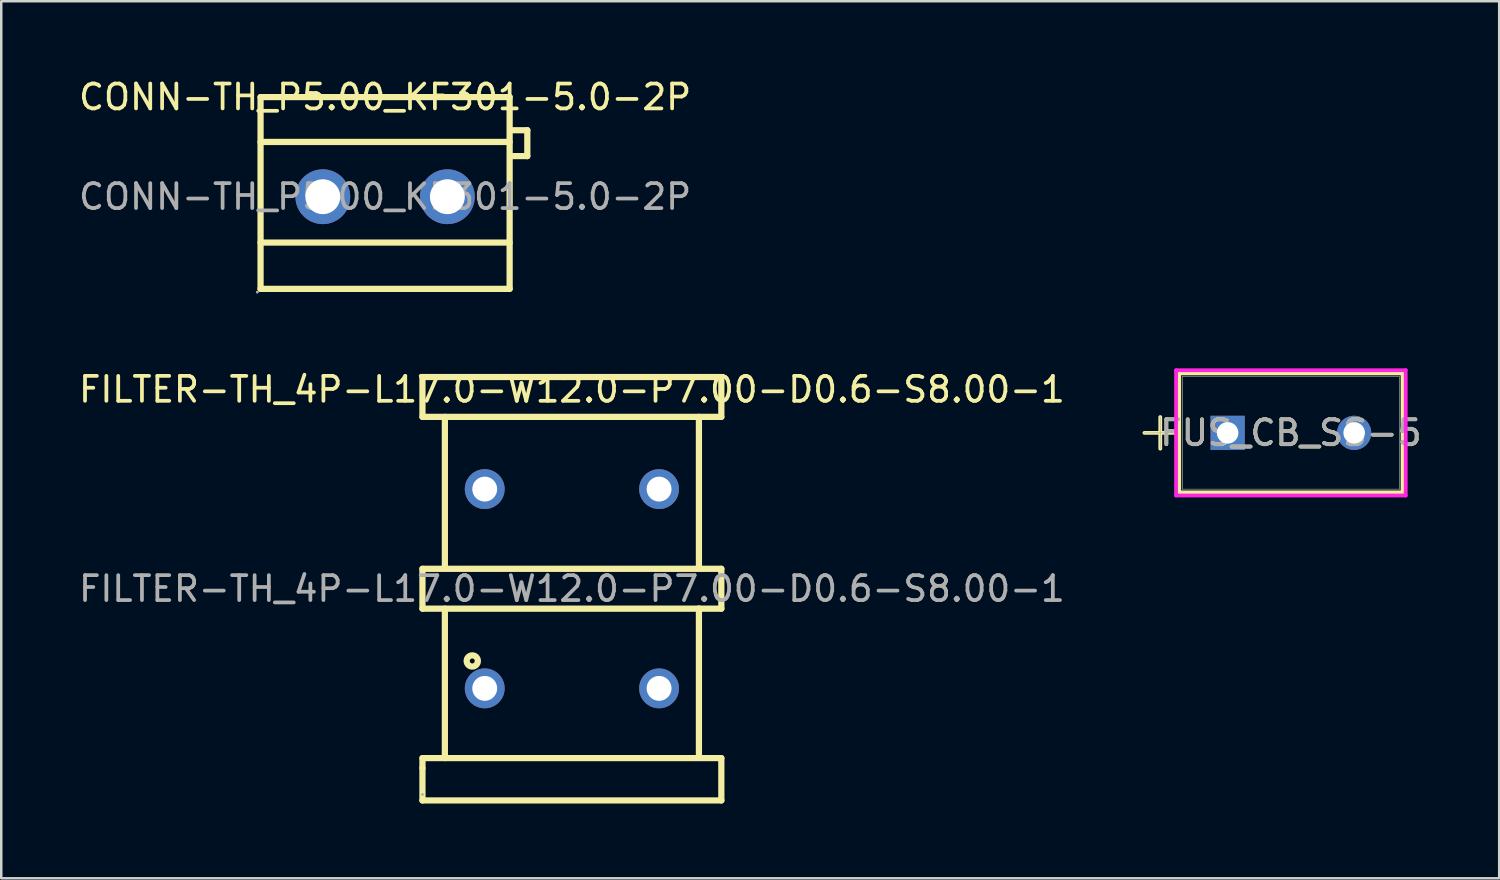
<source format=kicad_pcb>
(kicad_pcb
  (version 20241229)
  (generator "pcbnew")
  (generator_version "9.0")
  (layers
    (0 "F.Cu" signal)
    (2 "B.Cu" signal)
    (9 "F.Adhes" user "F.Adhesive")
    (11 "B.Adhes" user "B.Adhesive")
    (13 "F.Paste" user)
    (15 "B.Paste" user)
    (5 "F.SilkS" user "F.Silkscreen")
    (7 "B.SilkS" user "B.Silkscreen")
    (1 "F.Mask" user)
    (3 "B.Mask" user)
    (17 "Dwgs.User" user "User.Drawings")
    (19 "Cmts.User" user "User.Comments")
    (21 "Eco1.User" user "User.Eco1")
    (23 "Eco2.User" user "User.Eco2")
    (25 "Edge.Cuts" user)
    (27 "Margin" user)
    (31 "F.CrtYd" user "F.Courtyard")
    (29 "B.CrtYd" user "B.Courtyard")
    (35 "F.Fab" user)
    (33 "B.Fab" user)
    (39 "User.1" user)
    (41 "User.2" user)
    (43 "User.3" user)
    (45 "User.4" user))
  (footprint "FILTER-TH_4P-L17.0-W12.0-P7.00-D0.6-S8.00-1"
    (layer "F.Cu")
    (at 19.911 20.587)
    (property "Reference" "FILTER-TH_4P-L17.0-W12.0-P7.00-D0.6-S8.00-1" (at 0 -8 0) (layer "F.SilkS") (effects (font (size 1 1) (thickness 0.15))))
    (attr through_hole)
    (fp_line (start -6 -8.5) (end -6 -6.9) (stroke (width 0.25) (type solid)) (layer "F.SilkS"))
    (fp_line (start -6 -8.5) (end 6 -8.5) (stroke (width 0.25) (type solid)) (layer "F.SilkS"))
    (fp_line (start -6 -6.9) (end 6 -6.9) (stroke (width 0.25) (type solid)) (layer "F.SilkS"))
    (fp_line (start -6 -0.8) (end 6 -0.8) (stroke (width 0.25) (type solid)) (layer "F.SilkS"))
    (fp_line (start -6 0.8) (end -6 -0.8) (stroke (width 0.25) (type solid)) (layer "F.SilkS"))
    (fp_line (start -6 6.8) (end 6 6.8) (stroke (width 0.25) (type solid)) (layer "F.SilkS"))
    (fp_line (start -6 7.2) (end -6 6.8) (stroke (width 0.25) (type solid)) (layer "F.SilkS"))
    (fp_line (start -6 7.2) (end -6 8.5) (stroke (width 0.25) (type solid)) (layer "F.SilkS"))
    (fp_line (start -5.1 -6.9) (end -5.1 -0.9) (stroke (width 0.25) (type solid)) (layer "F.SilkS"))
    (fp_line (start -5.1 0.8) (end -5.1 6.8) (stroke (width 0.25) (type solid)) (layer "F.SilkS"))
    (fp_line (start 5.1 -6.9) (end 5.1 -0.9) (stroke (width 0.25) (type solid)) (layer "F.SilkS"))
    (fp_line (start 5.1 0.79) (end 5.1 6.79) (stroke (width 0.25) (type solid)) (layer "F.SilkS"))
    (fp_line (start 6 -6.9) (end 6 -8.4) (stroke (width 0.25) (type solid)) (layer "F.SilkS"))
    (fp_line (start 6 -0.8) (end 6 0.8) (stroke (width 0.25) (type solid)) (layer "F.SilkS"))
    (fp_line (start 6 0.8) (end -6 0.8) (stroke (width 0.25) (type solid)) (layer "F.SilkS"))
    (fp_line (start 6 6.8) (end 6 8.5) (stroke (width 0.25) (type solid)) (layer "F.SilkS"))
    (fp_line (start 6 8.5) (end -6 8.5) (stroke (width 0.25) (type solid)) (layer "F.SilkS"))
    (fp_circle (center -4 2.9) (end -3.9 2.9) (stroke (width 0.25) (type solid)) (fill no) (layer "F.SilkS"))
    (fp_circle (center -6 8.26) (end -5.97 8.26) (stroke (width 0.06) (type solid)) (fill no) (layer "F.Fab"))
    (fp_circle (center -3.5 -4) (end -3.35 -4) (stroke (width 0.3) (type solid)) (fill no) (layer "F.Fab"))
    (fp_circle (center -3.5 4) (end -3.35 4) (stroke (width 0.3) (type solid)) (fill no) (layer "F.Fab"))
    (fp_circle (center 3.5 -4) (end 3.65 -4) (stroke (width 0.3) (type solid)) (fill no) (layer "F.Fab"))
    (fp_circle (center 3.5 4) (end 3.65 4) (stroke (width 0.3) (type solid)) (fill no) (layer "F.Fab"))
    (fp_text user "${REFERENCE}" (at 0 0 0) (layer "F.Fab") (effects (font (size 1 1) (thickness 0.15))))
    (pad "1" thru_hole circle (at -3.5 4) (size 1.6 1.6) (drill 1) (layers "*.Cu" "*.Mask"))
    (pad "2" thru_hole circle (at -3.5 -4) (size 1.6 1.6) (drill 1) (layers "*.Cu" "*.Mask"))
    (pad "3" thru_hole circle (at 3.5 -4) (size 1.6 1.6) (drill 1) (layers "*.Cu" "*.Mask"))
    (pad "4" thru_hole circle (at 3.5 4) (size 1.6 1.6) (drill 1) (layers "*.Cu" "*.Mask")))
  (footprint "FUS_CB_SS-5"
    (layer "F.Cu")
    (at 46.238 14.329)
    (property "Reference" "FUS_CB_SS-5" (at 2.54 0 0) (unlocked yes) (layer "F.SilkS") (effects (font (size 1 1) (thickness 0.15))))
    (attr through_hole)
    (fp_line (start -3.34 0) (end -2.07 0) (stroke (width 0.152) (type solid)) (layer "F.SilkS"))
    (fp_line (start -2.705 -0.635) (end -2.705 0.635) (stroke (width 0.152) (type solid)) (layer "F.SilkS"))
    (fp_line (start -1.943 -2.388) (end -1.943 2.388) (stroke (width 0.152) (type solid)) (layer "F.SilkS"))
    (fp_line (start 7.023 -2.388) (end -1.943 -2.388) (stroke (width 0.152) (type solid)) (layer "F.SilkS"))
    (fp_line (start 7.023 -2.388) (end 7.023 2.388) (stroke (width 0.152) (type solid)) (layer "F.SilkS"))
    (fp_line (start 7.023 2.388) (end -1.943 2.388) (stroke (width 0.152) (type solid)) (layer "F.SilkS"))
    (fp_line (start -2.07 -2.515) (end 7.15 -2.515) (stroke (width 0.152) (type solid)) (layer "F.CrtYd"))
    (fp_line (start -2.07 2.515) (end -2.07 -2.515) (stroke (width 0.152) (type solid)) (layer "F.CrtYd"))
    (fp_line (start 7.15 -2.515) (end 7.15 2.515) (stroke (width 0.152) (type solid)) (layer "F.CrtYd"))
    (fp_line (start 7.15 2.515) (end -2.07 2.515) (stroke (width 0.152) (type solid)) (layer "F.CrtYd"))
    (fp_line (start -3.34 0) (end -2.07 0) (stroke (width 0.025) (type solid)) (layer "F.Fab"))
    (fp_line (start -2.705 -0.635) (end -2.705 0.635) (stroke (width 0.025) (type solid)) (layer "F.Fab"))
    (fp_line (start -1.816 -2.261) (end -1.816 2.261) (stroke (width 0.025) (type solid)) (layer "F.Fab"))
    (fp_line (start 6.896 -2.261) (end -1.816 -2.261) (stroke (width 0.025) (type solid)) (layer "F.Fab"))
    (fp_line (start 6.896 -2.261) (end 6.896 2.261) (stroke (width 0.025) (type solid)) (layer "F.Fab"))
    (fp_line (start 6.896 2.261) (end -1.816 2.261) (stroke (width 0.025) (type solid)) (layer "F.Fab"))
    (fp_text user "${REFERENCE}" (at 2.54 0 0) (unlocked yes) (layer "F.Fab") (effects (font (size 1 1) (thickness 0.15))))
    (pad "1" thru_hole rect (at 0 0) (size 1.372 1.372) (drill 0.864) (layers "*.Cu" "*.Mask"))
    (pad "2" thru_hole circle (at 5.08 0) (size 1.372 1.372) (drill 0.864) (layers "*.Cu" "*.Mask")))
  (footprint "CONN-TH_P5.00_KF301-5.0-2P"
    (layer "F.Cu")
    (at 12.411 4.848)
    (property "Reference" "CONN-TH_P5.00_KF301-5.0-2P" (at 0 -4 0) (layer "F.SilkS") (effects (font (size 1 1) (thickness 0.15))))
    (attr through_hole)
    (fp_line (start -5 -4) (end -5 3.7) (stroke (width 0.25) (type solid)) (layer "F.SilkS"))
    (fp_line (start -5 -4) (end 5 -4) (stroke (width 0.25) (type solid)) (layer "F.SilkS"))
    (fp_line (start -5 -2.2) (end 5 -2.2) (stroke (width 0.25) (type solid)) (layer "F.SilkS"))
    (fp_line (start -5 1.84) (end 5 1.84) (stroke (width 0.25) (type solid)) (layer "F.SilkS"))
    (fp_line (start -5 3.7) (end 5 3.7) (stroke (width 0.25) (type solid)) (layer "F.SilkS"))
    (fp_line (start 5 -4) (end 5 3.7) (stroke (width 0.25) (type solid)) (layer "F.SilkS"))
    (fp_line (start 5.08 -2.67) (end 5.71 -2.67) (stroke (width 0.25) (type solid)) (layer "F.SilkS"))
    (fp_line (start 5.71 -2.67) (end 5.71 -1.63) (stroke (width 0.25) (type solid)) (layer "F.SilkS"))
    (fp_line (start 5.71 -1.63) (end 5.08 -1.63) (stroke (width 0.25) (type solid)) (layer "F.SilkS"))
    (fp_circle (center -5.13 3.83) (end -5.1 3.83) (stroke (width 0.06) (type solid)) (fill no) (layer "F.Fab"))
    (fp_circle (center -2.5 0) (end -2.2 0) (stroke (width 0.6) (type solid)) (fill no) (layer "F.Fab"))
    (fp_circle (center 2.5 0) (end 2.8 0) (stroke (width 0.6) (type solid)) (fill no) (layer "F.Fab"))
    (fp_text user "${REFERENCE}" (at 0 0 0) (layer "F.Fab") (effects (font (size 1 1) (thickness 0.15))))
    (pad "1" thru_hole circle (at -2.5 0) (size 2.2 2.2) (drill 1.4) (layers "*.Cu" "*.Mask"))
    (pad "2" thru_hole circle (at 2.5 0) (size 2.2 2.2) (drill 1.4) (layers "*.Cu" "*.Mask")))
  (gr_rect
    (start -3 -3)
    (end 57.141 32.212)
    (stroke (width 0.1) (type default))
    (fill no)
    (layer "Edge.Cuts")))
</source>
